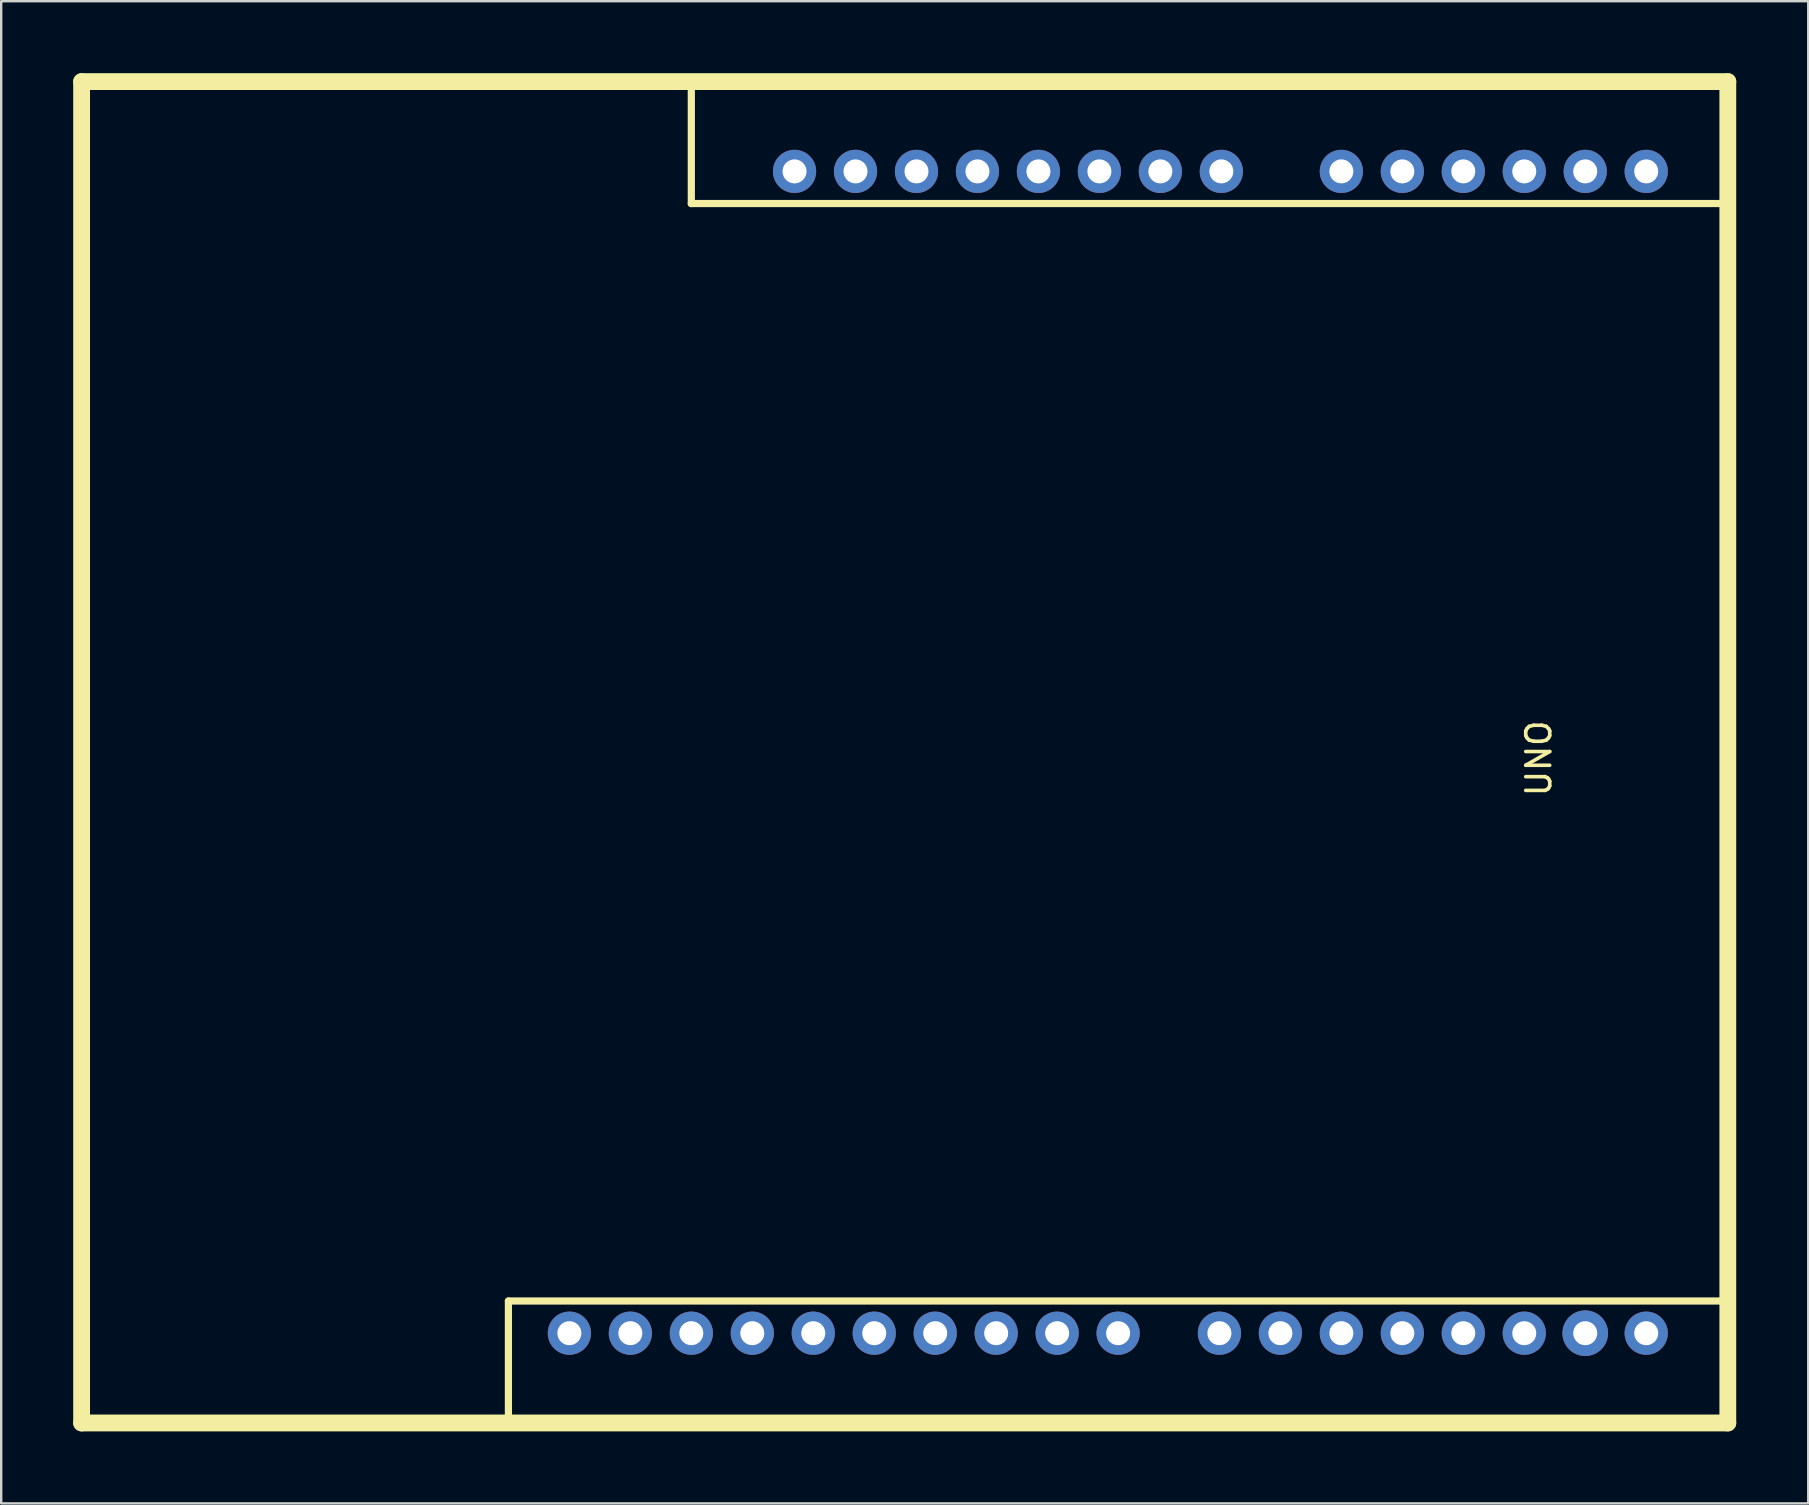
<source format=kicad_pcb>
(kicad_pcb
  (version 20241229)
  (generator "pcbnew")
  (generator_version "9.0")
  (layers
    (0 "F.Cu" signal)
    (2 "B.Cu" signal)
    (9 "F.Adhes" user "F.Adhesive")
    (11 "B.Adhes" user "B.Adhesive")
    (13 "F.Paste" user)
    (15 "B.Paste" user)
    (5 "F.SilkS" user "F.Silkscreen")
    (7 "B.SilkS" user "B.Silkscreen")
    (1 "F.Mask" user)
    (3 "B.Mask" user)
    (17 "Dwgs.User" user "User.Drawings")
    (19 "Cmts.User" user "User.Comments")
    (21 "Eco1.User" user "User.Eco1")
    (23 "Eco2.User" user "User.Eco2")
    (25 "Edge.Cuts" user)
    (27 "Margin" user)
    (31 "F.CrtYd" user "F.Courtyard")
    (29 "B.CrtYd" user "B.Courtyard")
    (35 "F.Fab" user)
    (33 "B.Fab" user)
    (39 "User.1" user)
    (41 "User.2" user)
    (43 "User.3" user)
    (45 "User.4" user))
  (footprint "UNO"
    (layer "F.Cu")
    (at 43.53 28.29)
    (property "Reference" "UNO" (at 17.526 0.254 90) (layer "F.SilkS") (effects (font (size 1 1) (thickness 0.15))))
    (attr through_hole)
    (fp_line (start -43.18 -27.94) (end 25.4 -27.94) (stroke (width 0.7) (type solid)) (layer "F.SilkS"))
    (fp_line (start -43.18 27.94) (end -43.18 -27.94) (stroke (width 0.7) (type solid)) (layer "F.SilkS"))
    (fp_line (start -25.4 22.86) (end 25.4 22.86) (stroke (width 0.3) (type solid)) (layer "F.SilkS"))
    (fp_line (start -25.4 27.94) (end -25.4 22.86) (stroke (width 0.3) (type solid)) (layer "F.SilkS"))
    (fp_line (start -17.78 -27.94) (end -17.78 -22.86) (stroke (width 0.3) (type solid)) (layer "F.SilkS"))
    (fp_line (start -17.78 -22.86) (end 25.4 -22.86) (stroke (width 0.3) (type solid)) (layer "F.SilkS"))
    (fp_line (start 25.4 -27.94) (end 25.4 27.94) (stroke (width 0.7) (type solid)) (layer "F.SilkS"))
    (fp_line (start 25.4 27.94) (end -43.18 27.94) (stroke (width 0.7) (type solid)) (layer "F.SilkS"))
    (pad "1" thru_hole circle (at 22 24.2) (size 1.8 1.8) (drill 1) (layers "*.Cu" "*.Mask"))
    (pad "2" thru_hole circle (at 19.46 24.2) (size 1.9 1.9) (drill 1) (layers "*.Cu" "*.Mask"))
    (pad "3" thru_hole circle (at 16.92 24.2) (size 1.8 1.8) (drill 1) (layers "*.Cu" "*.Mask"))
    (pad "4" thru_hole circle (at 14.38 24.2) (size 1.8 1.8) (drill 1) (layers "*.Cu" "*.Mask"))
    (pad "5" thru_hole circle (at 11.84 24.2) (size 1.8 1.8) (drill 1) (layers "*.Cu" "*.Mask"))
    (pad "6" thru_hole circle (at 9.3 24.2) (size 1.8 1.8) (drill 1) (layers "*.Cu" "*.Mask"))
    (pad "7" thru_hole circle (at 6.76 24.2) (size 1.8 1.8) (drill 1) (layers "*.Cu" "*.Mask"))
    (pad "8" thru_hole circle (at 4.22 24.2) (size 1.8 1.8) (drill 1) (layers "*.Cu" "*.Mask"))
    (pad "9" thru_hole circle (at 0 24.2) (size 1.8 1.8) (drill 1) (layers "*.Cu" "*.Mask"))
    (pad "10" thru_hole circle (at -2.54 24.2) (size 1.8 1.8) (drill 1) (layers "*.Cu" "*.Mask"))
    (pad "11" thru_hole circle (at -5.08 24.2) (size 1.8 1.8) (drill 1) (layers "*.Cu" "*.Mask"))
    (pad "12" thru_hole circle (at -7.62 24.2) (size 1.8 1.8) (drill 1) (layers "*.Cu" "*.Mask"))
    (pad "13" thru_hole circle (at -10.16 24.2) (size 1.8 1.8) (drill 1) (layers "*.Cu" "*.Mask"))
    (pad "14" thru_hole circle (at -12.7 24.2) (size 1.8 1.8) (drill 1) (layers "*.Cu" "*.Mask"))
    (pad "15" thru_hole circle (at -15.24 24.2) (size 1.8 1.8) (drill 1) (layers "*.Cu" "*.Mask"))
    (pad "16" thru_hole circle (at -17.78 24.2) (size 1.8 1.8) (drill 1) (layers "*.Cu" "*.Mask"))
    (pad "17" thru_hole circle (at -20.32 24.2) (size 1.8 1.8) (drill 1) (layers "*.Cu" "*.Mask"))
    (pad "18" thru_hole circle (at -22.86 24.2) (size 1.8 1.8) (drill 1) (layers "*.Cu" "*.Mask"))
    (pad "19" thru_hole circle (at 22 -24.2) (size 1.8 1.8) (drill 1) (layers "*.Cu" "*.Mask"))
    (pad "20" thru_hole circle (at 19.46 -24.2) (size 1.8 1.8) (drill 1) (layers "*.Cu" "*.Mask"))
    (pad "21" thru_hole circle (at 16.92 -24.2) (size 1.8 1.8) (drill 1) (layers "*.Cu" "*.Mask"))
    (pad "22" thru_hole circle (at 14.38 -24.2) (size 1.8 1.8) (drill 1) (layers "*.Cu" "*.Mask"))
    (pad "23" thru_hole circle (at 11.84 -24.2) (size 1.8 1.8) (drill 1) (layers "*.Cu" "*.Mask"))
    (pad "24" thru_hole circle (at 9.3 -24.2) (size 1.8 1.8) (drill 1) (layers "*.Cu" "*.Mask"))
    (pad "25" thru_hole circle (at 4.3 -24.2) (size 1.8 1.8) (drill 1) (layers "*.Cu" "*.Mask"))
    (pad "26" thru_hole circle (at 1.76 -24.2) (size 1.8 1.8) (drill 1) (layers "*.Cu" "*.Mask"))
    (pad "27" thru_hole circle (at -0.78 -24.2) (size 1.8 1.8) (drill 1) (layers "*.Cu" "*.Mask"))
    (pad "28" thru_hole circle (at -3.32 -24.2) (size 1.8 1.8) (drill 1) (layers "*.Cu" "*.Mask"))
    (pad "29" thru_hole circle (at -5.86 -24.2) (size 1.8 1.8) (drill 1) (layers "*.Cu" "*.Mask"))
    (pad "30" thru_hole circle (at -8.4 -24.2) (size 1.8 1.8) (drill 1) (layers "*.Cu" "*.Mask"))
    (pad "31" thru_hole circle (at -10.94 -24.2) (size 1.8 1.8) (drill 1) (layers "*.Cu" "*.Mask"))
    (pad "32" thru_hole circle (at -13.48 -24.2) (size 1.8 1.8) (drill 1) (layers "*.Cu" "*.Mask")))
  (gr_rect
    (start -3 -3)
    (end 72.28 59.58)
    (stroke (width 0.1) (type default))
    (fill no)
    (layer "Edge.Cuts")))
</source>
